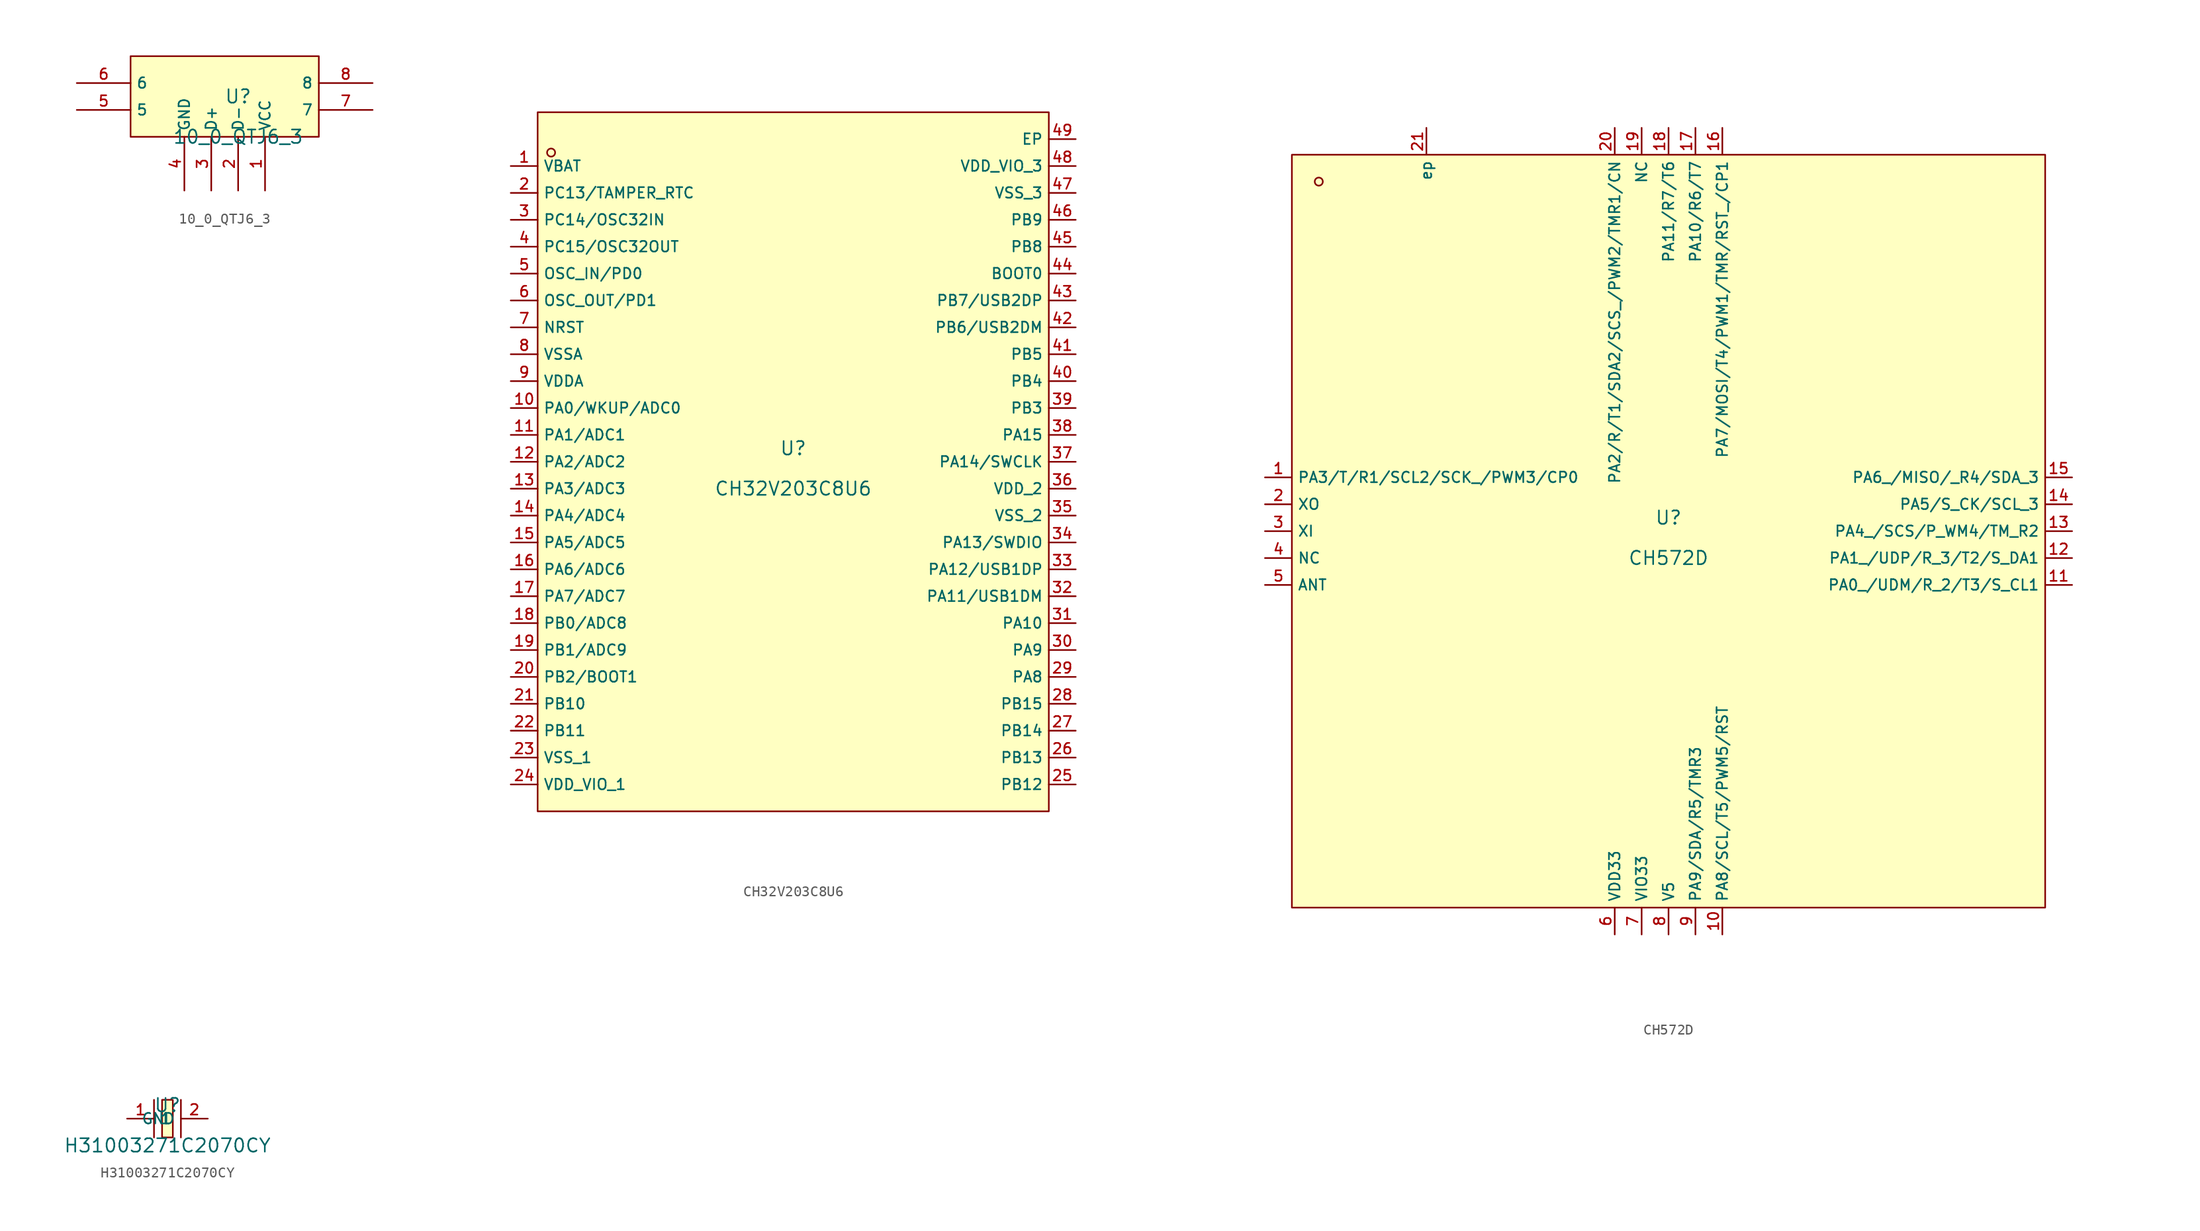
<source format=kicad_sym>
(kicad_symbol_lib
  (version 20241209)
  (generator "kicad_symbol_editor")
  (generator_version "9.0")
  (symbol "10_0_QTJ6_3"
    (property "Reference" "U"
      (at 0 1.27 0)
      (effects (font (size 1.27 1.27))))
    (property "Value" "10_0_QTJ6_3"
      (at 0 -2.54 0)
      (effects (font (size 1.27 1.27))))
    (symbol "10_0_QTJ6_3_0_1"
      (rectangle (start -10.16 5.08) (end 7.62 -2.54) (stroke (width 0) (type default)) (fill (type background)))
      (pin unspecified line (at -15.24 2.54 0) (length 5.08) (name "6" (effects (font (size 1 1)))) (number "6" (effects (font (size 1 1)))))
      (pin unspecified line (at -15.24 0 0) (length 5.08) (name "5" (effects (font (size 1 1)))) (number "5" (effects (font (size 1 1)))))
      (pin unspecified line (at -5.08 -7.62 90) (length 5.08) (name "GND" (effects (font (size 1 1)))) (number "4" (effects (font (size 1 1)))))
      (pin unspecified line (at -2.54 -7.62 90) (length 5.08) (name "D+" (effects (font (size 1 1)))) (number "3" (effects (font (size 1 1)))))
      (pin unspecified line (at 0 -7.62 90) (length 5.08) (name "D-" (effects (font (size 1 1)))) (number "2" (effects (font (size 1 1)))))
      (pin unspecified line (at 2.54 -7.62 90) (length 5.08) (name "VCC" (effects (font (size 1 1)))) (number "1" (effects (font (size 1 1)))))
      (pin unspecified line (at 12.7 2.54 180) (length 5.08) (name "8" (effects (font (size 1 1)))) (number "8" (effects (font (size 1 1)))))
      (pin unspecified line (at 12.7 0 180) (length 5.08) (name "7" (effects (font (size 1 1)))) (number "7" (effects (font (size 1 1)))))))
  (symbol "CH32V203C8U6"
    (property "Reference" "U"
      (at 0 1.27 0)
      (effects (font (size 1.27 1.27))))
    (property "Value" "CH32V203C8U6"
      (at 0 -2.54 0)
      (effects (font (size 1.27 1.27))))
    (symbol "CH32V203C8U6_0_1"
      (rectangle (start -24.13 33.02) (end 24.13 -33.02) (stroke (width 0) (type default)) (fill (type background)))
      (circle (center -22.86 29.21) (radius 0.381) (stroke (width 0) (type default)) (fill (type background)))
      (pin unspecified line (at -26.67 27.94 0) (length 2.54) (name "VBAT" (effects (font (size 1 1)))) (number "1" (effects (font (size 1 1)))))
      (pin unspecified line (at -26.67 25.4 0) (length 2.54) (name "PC13/TAMPER_RTC" (effects (font (size 1 1)))) (number "2" (effects (font (size 1 1)))))
      (pin unspecified line (at -26.67 22.86 0) (length 2.54) (name "PC14/OSC32IN" (effects (font (size 1 1)))) (number "3" (effects (font (size 1 1)))))
      (pin unspecified line (at -26.67 20.32 0) (length 2.54) (name "PC15/OSC32OUT" (effects (font (size 1 1)))) (number "4" (effects (font (size 1 1)))))
      (pin unspecified line (at -26.67 17.78 0) (length 2.54) (name "OSC_IN/PD0" (effects (font (size 1 1)))) (number "5" (effects (font (size 1 1)))))
      (pin unspecified line (at -26.67 15.24 0) (length 2.54) (name "OSC_OUT/PD1" (effects (font (size 1 1)))) (number "6" (effects (font (size 1 1)))))
      (pin unspecified line (at -26.67 12.7 0) (length 2.54) (name "NRST" (effects (font (size 1 1)))) (number "7" (effects (font (size 1 1)))))
      (pin unspecified line (at -26.67 10.16 0) (length 2.54) (name "VSSA" (effects (font (size 1 1)))) (number "8" (effects (font (size 1 1)))))
      (pin unspecified line (at -26.67 7.62 0) (length 2.54) (name "VDDA" (effects (font (size 1 1)))) (number "9" (effects (font (size 1 1)))))
      (pin unspecified line (at -26.67 5.08 0) (length 2.54) (name "PA0/WKUP/ADC0" (effects (font (size 1 1)))) (number "10" (effects (font (size 1 1)))))
      (pin unspecified line (at -26.67 2.54 0) (length 2.54) (name "PA1/ADC1" (effects (font (size 1 1)))) (number "11" (effects (font (size 1 1)))))
      (pin unspecified line (at -26.67 0 0) (length 2.54) (name "PA2/ADC2" (effects (font (size 1 1)))) (number "12" (effects (font (size 1 1)))))
      (pin unspecified line (at -26.67 -2.54 0) (length 2.54) (name "PA3/ADC3" (effects (font (size 1 1)))) (number "13" (effects (font (size 1 1)))))
      (pin unspecified line (at -26.67 -5.08 0) (length 2.54) (name "PA4/ADC4" (effects (font (size 1 1)))) (number "14" (effects (font (size 1 1)))))
      (pin unspecified line (at -26.67 -7.62 0) (length 2.54) (name "PA5/ADC5" (effects (font (size 1 1)))) (number "15" (effects (font (size 1 1)))))
      (pin unspecified line (at -26.67 -10.16 0) (length 2.54) (name "PA6/ADC6" (effects (font (size 1 1)))) (number "16" (effects (font (size 1 1)))))
      (pin unspecified line (at -26.67 -12.7 0) (length 2.54) (name "PA7/ADC7" (effects (font (size 1 1)))) (number "17" (effects (font (size 1 1)))))
      (pin unspecified line (at -26.67 -15.24 0) (length 2.54) (name "PB0/ADC8" (effects (font (size 1 1)))) (number "18" (effects (font (size 1 1)))))
      (pin unspecified line (at -26.67 -17.78 0) (length 2.54) (name "PB1/ADC9" (effects (font (size 1 1)))) (number "19" (effects (font (size 1 1)))))
      (pin unspecified line (at -26.67 -20.32 0) (length 2.54) (name "PB2/BOOT1" (effects (font (size 1 1)))) (number "20" (effects (font (size 1 1)))))
      (pin unspecified line (at -26.67 -22.86 0) (length 2.54) (name "PB10" (effects (font (size 1 1)))) (number "21" (effects (font (size 1 1)))))
      (pin unspecified line (at -26.67 -25.4 0) (length 2.54) (name "PB11" (effects (font (size 1 1)))) (number "22" (effects (font (size 1 1)))))
      (pin unspecified line (at -26.67 -27.94 0) (length 2.54) (name "VSS_1" (effects (font (size 1 1)))) (number "23" (effects (font (size 1 1)))))
      (pin unspecified line (at -26.67 -30.48 0) (length 2.54) (name "VDD_VIO_1" (effects (font (size 1 1)))) (number "24" (effects (font (size 1 1)))))
      (pin unspecified line (at 26.67 30.48 180) (length 2.54) (name "EP" (effects (font (size 1 1)))) (number "49" (effects (font (size 1 1)))))
      (pin unspecified line (at 26.67 27.94 180) (length 2.54) (name "VDD_VIO_3" (effects (font (size 1 1)))) (number "48" (effects (font (size 1 1)))))
      (pin unspecified line (at 26.67 25.4 180) (length 2.54) (name "VSS_3" (effects (font (size 1 1)))) (number "47" (effects (font (size 1 1)))))
      (pin unspecified line (at 26.67 22.86 180) (length 2.54) (name "PB9" (effects (font (size 1 1)))) (number "46" (effects (font (size 1 1)))))
      (pin unspecified line (at 26.67 20.32 180) (length 2.54) (name "PB8" (effects (font (size 1 1)))) (number "45" (effects (font (size 1 1)))))
      (pin unspecified line (at 26.67 17.78 180) (length 2.54) (name "BOOT0" (effects (font (size 1 1)))) (number "44" (effects (font (size 1 1)))))
      (pin unspecified line (at 26.67 15.24 180) (length 2.54) (name "PB7/USB2DP" (effects (font (size 1 1)))) (number "43" (effects (font (size 1 1)))))
      (pin unspecified line (at 26.67 12.7 180) (length 2.54) (name "PB6/USB2DM" (effects (font (size 1 1)))) (number "42" (effects (font (size 1 1)))))
      (pin unspecified line (at 26.67 10.16 180) (length 2.54) (name "PB5" (effects (font (size 1 1)))) (number "41" (effects (font (size 1 1)))))
      (pin unspecified line (at 26.67 7.62 180) (length 2.54) (name "PB4" (effects (font (size 1 1)))) (number "40" (effects (font (size 1 1)))))
      (pin unspecified line (at 26.67 5.08 180) (length 2.54) (name "PB3" (effects (font (size 1 1)))) (number "39" (effects (font (size 1 1)))))
      (pin unspecified line (at 26.67 2.54 180) (length 2.54) (name "PA15" (effects (font (size 1 1)))) (number "38" (effects (font (size 1 1)))))
      (pin unspecified line (at 26.67 0 180) (length 2.54) (name "PA14/SWCLK" (effects (font (size 1 1)))) (number "37" (effects (font (size 1 1)))))
      (pin unspecified line (at 26.67 -2.54 180) (length 2.54) (name "VDD_2" (effects (font (size 1 1)))) (number "36" (effects (font (size 1 1)))))
      (pin unspecified line (at 26.67 -5.08 180) (length 2.54) (name "VSS_2" (effects (font (size 1 1)))) (number "35" (effects (font (size 1 1)))))
      (pin unspecified line (at 26.67 -7.62 180) (length 2.54) (name "PA13/SWDIO" (effects (font (size 1 1)))) (number "34" (effects (font (size 1 1)))))
      (pin unspecified line (at 26.67 -10.16 180) (length 2.54) (name "PA12/USB1DP" (effects (font (size 1 1)))) (number "33" (effects (font (size 1 1)))))
      (pin unspecified line (at 26.67 -12.7 180) (length 2.54) (name "PA11/USB1DM" (effects (font (size 1 1)))) (number "32" (effects (font (size 1 1)))))
      (pin unspecified line (at 26.67 -15.24 180) (length 2.54) (name "PA10" (effects (font (size 1 1)))) (number "31" (effects (font (size 1 1)))))
      (pin unspecified line (at 26.67 -17.78 180) (length 2.54) (name "PA9" (effects (font (size 1 1)))) (number "30" (effects (font (size 1 1)))))
      (pin unspecified line (at 26.67 -20.32 180) (length 2.54) (name "PA8" (effects (font (size 1 1)))) (number "29" (effects (font (size 1 1)))))
      (pin unspecified line (at 26.67 -22.86 180) (length 2.54) (name "PB15" (effects (font (size 1 1)))) (number "28" (effects (font (size 1 1)))))
      (pin unspecified line (at 26.67 -25.4 180) (length 2.54) (name "PB14" (effects (font (size 1 1)))) (number "27" (effects (font (size 1 1)))))
      (pin unspecified line (at 26.67 -27.94 180) (length 2.54) (name "PB13" (effects (font (size 1 1)))) (number "26" (effects (font (size 1 1)))))
      (pin unspecified line (at 26.67 -30.48 180) (length 2.54) (name "PB12" (effects (font (size 1 1)))) (number "25" (effects (font (size 1 1)))))))
  (symbol "CH572D"
    (property "Reference" "U"
      (at 0 1.27 0)
      (effects (font (size 1.27 1.27))))
    (property "Value" "CH572D"
      (at 0 -2.54 0)
      (effects (font (size 1.27 1.27))))
    (symbol "CH572D_0_1"
      (rectangle (start -35.56 35.56) (end 35.56 -35.56) (stroke (width 0) (type default)) (fill (type background)))
      (circle (center -33.02 33.02) (radius 0.381) (stroke (width 0) (type default)) (fill (type background)))
      (pin unspecified line (at -38.1 5.08 0) (length 2.54) (name "PA3/T/R1/SCL2/SCK_/PWM3/CP0" (effects (font (size 1 1)))) (number "1" (effects (font (size 1 1)))))
      (pin unspecified line (at -38.1 2.54 0) (length 2.54) (name "XO" (effects (font (size 1 1)))) (number "2" (effects (font (size 1 1)))))
      (pin unspecified line (at -38.1 0 0) (length 2.54) (name "XI" (effects (font (size 1 1)))) (number "3" (effects (font (size 1 1)))))
      (pin unspecified line (at -38.1 -2.54 0) (length 2.54) (name "NC" (effects (font (size 1 1)))) (number "4" (effects (font (size 1 1)))))
      (pin unspecified line (at -38.1 -5.08 0) (length 2.54) (name "ANT" (effects (font (size 1 1)))) (number "5" (effects (font (size 1 1)))))
      (pin unspecified line (at -22.86 38.1 270) (length 2.54) (name "ep" (effects (font (size 1 1)))) (number "21" (effects (font (size 1 1)))))
      (pin unspecified line (at -5.08 38.1 270) (length 2.54) (name "PA2/R/T1/SDA2/SCS_/PWM2/TMR1/CN" (effects (font (size 1 1)))) (number "20" (effects (font (size 1 1)))))
      (pin unspecified line (at -5.08 -38.1 90) (length 2.54) (name "VDD33" (effects (font (size 1 1)))) (number "6" (effects (font (size 1 1)))))
      (pin unspecified line (at -2.54 38.1 270) (length 2.54) (name "NC" (effects (font (size 1 1)))) (number "19" (effects (font (size 1 1)))))
      (pin unspecified line (at -2.54 -38.1 90) (length 2.54) (name "VIO33" (effects (font (size 1 1)))) (number "7" (effects (font (size 1 1)))))
      (pin unspecified line (at 0 38.1 270) (length 2.54) (name "PA11/R7/T6" (effects (font (size 1 1)))) (number "18" (effects (font (size 1 1)))))
      (pin unspecified line (at 0 -38.1 90) (length 2.54) (name "V5" (effects (font (size 1 1)))) (number "8" (effects (font (size 1 1)))))
      (pin unspecified line (at 2.54 38.1 270) (length 2.54) (name "PA10/R6/T7" (effects (font (size 1 1)))) (number "17" (effects (font (size 1 1)))))
      (pin unspecified line (at 2.54 -38.1 90) (length 2.54) (name "PA9/SDA/R5/TMR3" (effects (font (size 1 1)))) (number "9" (effects (font (size 1 1)))))
      (pin unspecified line (at 5.08 38.1 270) (length 2.54) (name "PA7/MOSI/T4/PWM1/TMR/RST_/CP1" (effects (font (size 1 1)))) (number "16" (effects (font (size 1 1)))))
      (pin unspecified line (at 5.08 -38.1 90) (length 2.54) (name "PA8/SCL/T5/PWM5/RST" (effects (font (size 1 1)))) (number "10" (effects (font (size 1 1)))))
      (pin unspecified line (at 38.1 5.08 180) (length 2.54) (name "PA6_/MISO/_R4/SDA_3" (effects (font (size 1 1)))) (number "15" (effects (font (size 1 1)))))
      (pin unspecified line (at 38.1 2.54 180) (length 2.54) (name "PA5/S_CK/SCL_3" (effects (font (size 1 1)))) (number "14" (effects (font (size 1 1)))))
      (pin unspecified line (at 38.1 0 180) (length 2.54) (name "PA4_/SCS/P_WM4/TM_R2" (effects (font (size 1 1)))) (number "13" (effects (font (size 1 1)))))
      (pin unspecified line (at 38.1 -2.54 180) (length 2.54) (name "PA1_/UDP/R_3/T2/S_DA1" (effects (font (size 1 1)))) (number "12" (effects (font (size 1 1)))))
      (pin unspecified line (at 38.1 -5.08 180) (length 2.54) (name "PA0_/UDM/R_2/T3/S_CL1" (effects (font (size 1 1)))) (number "11" (effects (font (size 1 1)))))))
  (symbol "H31003271C2070CY"
    (property "Reference" "U"
      (at 0 1.27 0)
      (effects (font (size 1.27 1.27))))
    (property "Value" "H31003271C2070CY"
      (at 0 -2.54 0)
      (effects (font (size 1.27 1.27))))
    (symbol "H31003271C2070CY_0_1"
      (polyline (pts (xy -1.27 -1.778) (xy -1.27 1.778)) (stroke (width 0) (type default)) (fill (type none)))
      (rectangle (start -0.508 1.778) (end 0.508 -1.778) (stroke (width 0) (type default)) (fill (type background)))
      (polyline (pts (xy 1.27 -1.778) (xy 1.27 1.778)) (stroke (width 0) (type default)) (fill (type none)))
      (pin input line (at -3.81 0 0) (length 2.54) (name "1" (effects (font (size 1 1)))) (number "1" (effects (font (size 1 1)))))
      (pin input line (at 3.81 0 180) (length 2.54) (name "GND" (effects (font (size 1 1)))) (number "2" (effects (font (size 1 1))))))))
</source>
